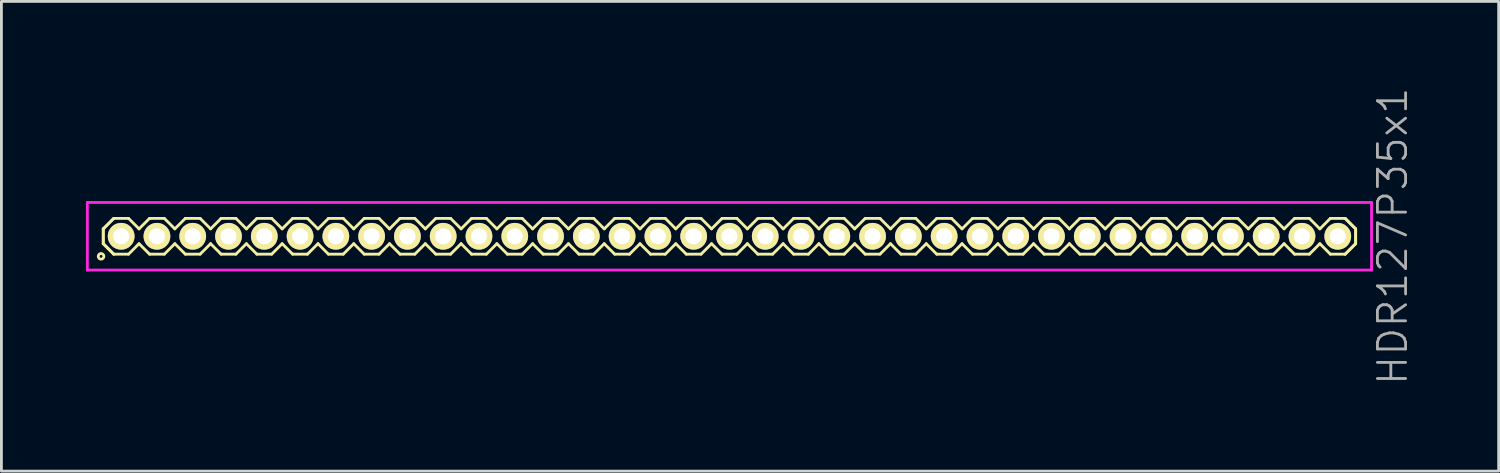
<source format=kicad_pcb>
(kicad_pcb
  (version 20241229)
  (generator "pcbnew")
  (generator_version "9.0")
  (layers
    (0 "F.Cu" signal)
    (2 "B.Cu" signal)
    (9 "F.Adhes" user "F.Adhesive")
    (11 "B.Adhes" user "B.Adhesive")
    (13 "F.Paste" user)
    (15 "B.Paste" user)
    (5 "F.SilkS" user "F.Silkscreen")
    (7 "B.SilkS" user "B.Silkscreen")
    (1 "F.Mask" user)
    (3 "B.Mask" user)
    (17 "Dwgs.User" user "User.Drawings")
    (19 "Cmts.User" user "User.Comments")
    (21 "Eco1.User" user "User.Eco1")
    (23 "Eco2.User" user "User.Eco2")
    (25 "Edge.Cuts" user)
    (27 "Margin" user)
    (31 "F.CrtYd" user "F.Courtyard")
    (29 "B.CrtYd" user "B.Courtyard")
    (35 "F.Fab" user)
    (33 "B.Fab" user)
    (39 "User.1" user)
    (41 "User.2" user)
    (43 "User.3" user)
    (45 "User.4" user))
  (footprint "HDR127P35x1"
    (layer "F.Cu")
    (at 22.84 5.336)
    (property "Reference" "HDR127P35x1" (at 23.54 0 90) (layer "F.Fab") (effects (font (size 1 1) (thickness 0.1))))
    (attr through_hole)
    (fp_line (start -22.225 -0.263) (end -21.853 -0.635) (stroke (width 0.1) (type solid)) (layer "F.SilkS"))
    (fp_line (start -22.225 -0.263) (end -21.853 -0.635) (stroke (width 0.1) (type solid)) (layer "F.SilkS"))
    (fp_line (start -22.225 0.263) (end -22.225 -0.263) (stroke (width 0.1) (type solid)) (layer "F.SilkS"))
    (fp_line (start -22.225 0.263) (end -22.225 -0.263) (stroke (width 0.1) (type solid)) (layer "F.SilkS"))
    (fp_line (start -21.853 -0.635) (end -21.327 -0.635) (stroke (width 0.1) (type solid)) (layer "F.SilkS"))
    (fp_line (start -21.853 0.635) (end -22.225 0.263) (stroke (width 0.1) (type solid)) (layer "F.SilkS"))
    (fp_line (start -21.853 0.635) (end -22.225 0.263) (stroke (width 0.1) (type solid)) (layer "F.SilkS"))
    (fp_line (start -21.327 -0.635) (end -20.955 -0.263) (stroke (width 0.1) (type solid)) (layer "F.SilkS"))
    (fp_line (start -21.327 0.635) (end -21.853 0.635) (stroke (width 0.1) (type solid)) (layer "F.SilkS"))
    (fp_line (start -20.955 -0.263) (end -20.583 -0.635) (stroke (width 0.1) (type solid)) (layer "F.SilkS"))
    (fp_line (start -20.955 0.263) (end -21.327 0.635) (stroke (width 0.1) (type solid)) (layer "F.SilkS"))
    (fp_line (start -20.583 -0.635) (end -20.057 -0.635) (stroke (width 0.1) (type solid)) (layer "F.SilkS"))
    (fp_line (start -20.583 0.635) (end -20.955 0.263) (stroke (width 0.1) (type solid)) (layer "F.SilkS"))
    (fp_line (start -20.057 -0.635) (end -19.685 -0.263) (stroke (width 0.1) (type solid)) (layer "F.SilkS"))
    (fp_line (start -20.057 0.635) (end -20.583 0.635) (stroke (width 0.1) (type solid)) (layer "F.SilkS"))
    (fp_line (start -19.685 -0.263) (end -19.313 -0.635) (stroke (width 0.1) (type solid)) (layer "F.SilkS"))
    (fp_line (start -19.685 0.263) (end -20.057 0.635) (stroke (width 0.1) (type solid)) (layer "F.SilkS"))
    (fp_line (start -19.313 -0.635) (end -18.787 -0.635) (stroke (width 0.1) (type solid)) (layer "F.SilkS"))
    (fp_line (start -19.313 0.635) (end -19.685 0.263) (stroke (width 0.1) (type solid)) (layer "F.SilkS"))
    (fp_line (start -18.787 -0.635) (end -18.415 -0.263) (stroke (width 0.1) (type solid)) (layer "F.SilkS"))
    (fp_line (start -18.787 0.635) (end -19.313 0.635) (stroke (width 0.1) (type solid)) (layer "F.SilkS"))
    (fp_line (start -18.415 -0.263) (end -18.043 -0.635) (stroke (width 0.1) (type solid)) (layer "F.SilkS"))
    (fp_line (start -18.415 0.263) (end -18.787 0.635) (stroke (width 0.1) (type solid)) (layer "F.SilkS"))
    (fp_line (start -18.043 -0.635) (end -17.517 -0.635) (stroke (width 0.1) (type solid)) (layer "F.SilkS"))
    (fp_line (start -18.043 0.635) (end -18.415 0.263) (stroke (width 0.1) (type solid)) (layer "F.SilkS"))
    (fp_line (start -17.517 -0.635) (end -17.145 -0.263) (stroke (width 0.1) (type solid)) (layer "F.SilkS"))
    (fp_line (start -17.517 0.635) (end -18.043 0.635) (stroke (width 0.1) (type solid)) (layer "F.SilkS"))
    (fp_line (start -17.145 -0.263) (end -16.773 -0.635) (stroke (width 0.1) (type solid)) (layer "F.SilkS"))
    (fp_line (start -17.145 0.263) (end -17.517 0.635) (stroke (width 0.1) (type solid)) (layer "F.SilkS"))
    (fp_line (start -16.773 -0.635) (end -16.247 -0.635) (stroke (width 0.1) (type solid)) (layer "F.SilkS"))
    (fp_line (start -16.773 0.635) (end -17.145 0.263) (stroke (width 0.1) (type solid)) (layer "F.SilkS"))
    (fp_line (start -16.247 -0.635) (end -15.875 -0.263) (stroke (width 0.1) (type solid)) (layer "F.SilkS"))
    (fp_line (start -16.247 0.635) (end -16.773 0.635) (stroke (width 0.1) (type solid)) (layer "F.SilkS"))
    (fp_line (start -15.875 -0.263) (end -15.503 -0.635) (stroke (width 0.1) (type solid)) (layer "F.SilkS"))
    (fp_line (start -15.875 0.263) (end -16.247 0.635) (stroke (width 0.1) (type solid)) (layer "F.SilkS"))
    (fp_line (start -15.503 -0.635) (end -14.977 -0.635) (stroke (width 0.1) (type solid)) (layer "F.SilkS"))
    (fp_line (start -15.503 0.635) (end -15.875 0.263) (stroke (width 0.1) (type solid)) (layer "F.SilkS"))
    (fp_line (start -14.977 -0.635) (end -14.605 -0.263) (stroke (width 0.1) (type solid)) (layer "F.SilkS"))
    (fp_line (start -14.977 0.635) (end -15.503 0.635) (stroke (width 0.1) (type solid)) (layer "F.SilkS"))
    (fp_line (start -14.605 -0.263) (end -14.233 -0.635) (stroke (width 0.1) (type solid)) (layer "F.SilkS"))
    (fp_line (start -14.605 0.263) (end -14.977 0.635) (stroke (width 0.1) (type solid)) (layer "F.SilkS"))
    (fp_line (start -14.233 -0.635) (end -13.707 -0.635) (stroke (width 0.1) (type solid)) (layer "F.SilkS"))
    (fp_line (start -14.233 0.635) (end -14.605 0.263) (stroke (width 0.1) (type solid)) (layer "F.SilkS"))
    (fp_line (start -13.707 -0.635) (end -13.335 -0.263) (stroke (width 0.1) (type solid)) (layer "F.SilkS"))
    (fp_line (start -13.707 0.635) (end -14.233 0.635) (stroke (width 0.1) (type solid)) (layer "F.SilkS"))
    (fp_line (start -13.335 -0.263) (end -12.963 -0.635) (stroke (width 0.1) (type solid)) (layer "F.SilkS"))
    (fp_line (start -13.335 0.263) (end -13.707 0.635) (stroke (width 0.1) (type solid)) (layer "F.SilkS"))
    (fp_line (start -12.963 -0.635) (end -12.437 -0.635) (stroke (width 0.1) (type solid)) (layer "F.SilkS"))
    (fp_line (start -12.963 0.635) (end -13.335 0.263) (stroke (width 0.1) (type solid)) (layer "F.SilkS"))
    (fp_line (start -12.437 -0.635) (end -12.065 -0.263) (stroke (width 0.1) (type solid)) (layer "F.SilkS"))
    (fp_line (start -12.437 0.635) (end -12.963 0.635) (stroke (width 0.1) (type solid)) (layer "F.SilkS"))
    (fp_line (start -12.065 -0.263) (end -11.693 -0.635) (stroke (width 0.1) (type solid)) (layer "F.SilkS"))
    (fp_line (start -12.065 0.263) (end -12.437 0.635) (stroke (width 0.1) (type solid)) (layer "F.SilkS"))
    (fp_line (start -11.693 -0.635) (end -11.167 -0.635) (stroke (width 0.1) (type solid)) (layer "F.SilkS"))
    (fp_line (start -11.693 0.635) (end -12.065 0.263) (stroke (width 0.1) (type solid)) (layer "F.SilkS"))
    (fp_line (start -11.167 -0.635) (end -10.795 -0.263) (stroke (width 0.1) (type solid)) (layer "F.SilkS"))
    (fp_line (start -11.167 0.635) (end -11.693 0.635) (stroke (width 0.1) (type solid)) (layer "F.SilkS"))
    (fp_line (start -10.795 -0.263) (end -10.423 -0.635) (stroke (width 0.1) (type solid)) (layer "F.SilkS"))
    (fp_line (start -10.795 0.263) (end -11.167 0.635) (stroke (width 0.1) (type solid)) (layer "F.SilkS"))
    (fp_line (start -10.423 -0.635) (end -9.897 -0.635) (stroke (width 0.1) (type solid)) (layer "F.SilkS"))
    (fp_line (start -10.423 0.635) (end -10.795 0.263) (stroke (width 0.1) (type solid)) (layer "F.SilkS"))
    (fp_line (start -9.897 -0.635) (end -9.525 -0.263) (stroke (width 0.1) (type solid)) (layer "F.SilkS"))
    (fp_line (start -9.897 0.635) (end -10.423 0.635) (stroke (width 0.1) (type solid)) (layer "F.SilkS"))
    (fp_line (start -9.525 -0.263) (end -9.153 -0.635) (stroke (width 0.1) (type solid)) (layer "F.SilkS"))
    (fp_line (start -9.525 0.263) (end -9.897 0.635) (stroke (width 0.1) (type solid)) (layer "F.SilkS"))
    (fp_line (start -9.153 -0.635) (end -8.627 -0.635) (stroke (width 0.1) (type solid)) (layer "F.SilkS"))
    (fp_line (start -9.153 0.635) (end -9.525 0.263) (stroke (width 0.1) (type solid)) (layer "F.SilkS"))
    (fp_line (start -8.627 -0.635) (end -8.255 -0.263) (stroke (width 0.1) (type solid)) (layer "F.SilkS"))
    (fp_line (start -8.627 0.635) (end -9.153 0.635) (stroke (width 0.1) (type solid)) (layer "F.SilkS"))
    (fp_line (start -8.255 -0.263) (end -7.883 -0.635) (stroke (width 0.1) (type solid)) (layer "F.SilkS"))
    (fp_line (start -8.255 0.263) (end -8.627 0.635) (stroke (width 0.1) (type solid)) (layer "F.SilkS"))
    (fp_line (start -7.883 -0.635) (end -7.357 -0.635) (stroke (width 0.1) (type solid)) (layer "F.SilkS"))
    (fp_line (start -7.883 0.635) (end -8.255 0.263) (stroke (width 0.1) (type solid)) (layer "F.SilkS"))
    (fp_line (start -7.357 -0.635) (end -6.985 -0.263) (stroke (width 0.1) (type solid)) (layer "F.SilkS"))
    (fp_line (start -7.357 0.635) (end -7.883 0.635) (stroke (width 0.1) (type solid)) (layer "F.SilkS"))
    (fp_line (start -6.985 -0.263) (end -6.613 -0.635) (stroke (width 0.1) (type solid)) (layer "F.SilkS"))
    (fp_line (start -6.985 0.263) (end -7.357 0.635) (stroke (width 0.1) (type solid)) (layer "F.SilkS"))
    (fp_line (start -6.613 -0.635) (end -6.087 -0.635) (stroke (width 0.1) (type solid)) (layer "F.SilkS"))
    (fp_line (start -6.613 0.635) (end -6.985 0.263) (stroke (width 0.1) (type solid)) (layer "F.SilkS"))
    (fp_line (start -6.087 -0.635) (end -5.715 -0.263) (stroke (width 0.1) (type solid)) (layer "F.SilkS"))
    (fp_line (start -6.087 0.635) (end -6.613 0.635) (stroke (width 0.1) (type solid)) (layer "F.SilkS"))
    (fp_line (start -5.715 -0.263) (end -5.343 -0.635) (stroke (width 0.1) (type solid)) (layer "F.SilkS"))
    (fp_line (start -5.715 0.263) (end -6.087 0.635) (stroke (width 0.1) (type solid)) (layer "F.SilkS"))
    (fp_line (start -5.343 -0.635) (end -4.817 -0.635) (stroke (width 0.1) (type solid)) (layer "F.SilkS"))
    (fp_line (start -5.343 0.635) (end -5.715 0.263) (stroke (width 0.1) (type solid)) (layer "F.SilkS"))
    (fp_line (start -4.817 -0.635) (end -4.445 -0.263) (stroke (width 0.1) (type solid)) (layer "F.SilkS"))
    (fp_line (start -4.817 0.635) (end -5.343 0.635) (stroke (width 0.1) (type solid)) (layer "F.SilkS"))
    (fp_line (start -4.445 -0.263) (end -4.073 -0.635) (stroke (width 0.1) (type solid)) (layer "F.SilkS"))
    (fp_line (start -4.445 0.263) (end -4.817 0.635) (stroke (width 0.1) (type solid)) (layer "F.SilkS"))
    (fp_line (start -4.073 -0.635) (end -3.547 -0.635) (stroke (width 0.1) (type solid)) (layer "F.SilkS"))
    (fp_line (start -4.073 0.635) (end -4.445 0.263) (stroke (width 0.1) (type solid)) (layer "F.SilkS"))
    (fp_line (start -3.547 -0.635) (end -3.175 -0.263) (stroke (width 0.1) (type solid)) (layer "F.SilkS"))
    (fp_line (start -3.547 0.635) (end -4.073 0.635) (stroke (width 0.1) (type solid)) (layer "F.SilkS"))
    (fp_line (start -3.175 -0.263) (end -2.803 -0.635) (stroke (width 0.1) (type solid)) (layer "F.SilkS"))
    (fp_line (start -3.175 0.263) (end -3.547 0.635) (stroke (width 0.1) (type solid)) (layer "F.SilkS"))
    (fp_line (start -2.803 -0.635) (end -2.277 -0.635) (stroke (width 0.1) (type solid)) (layer "F.SilkS"))
    (fp_line (start -2.803 0.635) (end -3.175 0.263) (stroke (width 0.1) (type solid)) (layer "F.SilkS"))
    (fp_line (start -2.277 -0.635) (end -1.905 -0.263) (stroke (width 0.1) (type solid)) (layer "F.SilkS"))
    (fp_line (start -2.277 0.635) (end -2.803 0.635) (stroke (width 0.1) (type solid)) (layer "F.SilkS"))
    (fp_line (start -1.905 -0.263) (end -1.533 -0.635) (stroke (width 0.1) (type solid)) (layer "F.SilkS"))
    (fp_line (start -1.905 0.263) (end -2.277 0.635) (stroke (width 0.1) (type solid)) (layer "F.SilkS"))
    (fp_line (start -1.533 -0.635) (end -1.007 -0.635) (stroke (width 0.1) (type solid)) (layer "F.SilkS"))
    (fp_line (start -1.533 0.635) (end -1.905 0.263) (stroke (width 0.1) (type solid)) (layer "F.SilkS"))
    (fp_line (start -1.007 -0.635) (end -0.635 -0.263) (stroke (width 0.1) (type solid)) (layer "F.SilkS"))
    (fp_line (start -1.007 0.635) (end -1.533 0.635) (stroke (width 0.1) (type solid)) (layer "F.SilkS"))
    (fp_line (start -0.635 -0.263) (end -0.263 -0.635) (stroke (width 0.1) (type solid)) (layer "F.SilkS"))
    (fp_line (start -0.635 0.263) (end -1.007 0.635) (stroke (width 0.1) (type solid)) (layer "F.SilkS"))
    (fp_line (start -0.263 -0.635) (end 0.263 -0.635) (stroke (width 0.1) (type solid)) (layer "F.SilkS"))
    (fp_line (start -0.263 0.635) (end -0.635 0.263) (stroke (width 0.1) (type solid)) (layer "F.SilkS"))
    (fp_line (start 0.263 -0.635) (end 0.635 -0.263) (stroke (width 0.1) (type solid)) (layer "F.SilkS"))
    (fp_line (start 0.263 0.635) (end -0.263 0.635) (stroke (width 0.1) (type solid)) (layer "F.SilkS"))
    (fp_line (start 0.635 -0.263) (end 1.007 -0.635) (stroke (width 0.1) (type solid)) (layer "F.SilkS"))
    (fp_line (start 0.635 0.263) (end 0.263 0.635) (stroke (width 0.1) (type solid)) (layer "F.SilkS"))
    (fp_line (start 1.007 -0.635) (end 1.533 -0.635) (stroke (width 0.1) (type solid)) (layer "F.SilkS"))
    (fp_line (start 1.007 0.635) (end 0.635 0.263) (stroke (width 0.1) (type solid)) (layer "F.SilkS"))
    (fp_line (start 1.533 -0.635) (end 1.905 -0.263) (stroke (width 0.1) (type solid)) (layer "F.SilkS"))
    (fp_line (start 1.533 0.635) (end 1.007 0.635) (stroke (width 0.1) (type solid)) (layer "F.SilkS"))
    (fp_line (start 1.905 -0.263) (end 2.277 -0.635) (stroke (width 0.1) (type solid)) (layer "F.SilkS"))
    (fp_line (start 1.905 0.263) (end 1.533 0.635) (stroke (width 0.1) (type solid)) (layer "F.SilkS"))
    (fp_line (start 2.277 -0.635) (end 2.803 -0.635) (stroke (width 0.1) (type solid)) (layer "F.SilkS"))
    (fp_line (start 2.277 0.635) (end 1.905 0.263) (stroke (width 0.1) (type solid)) (layer "F.SilkS"))
    (fp_line (start 2.803 -0.635) (end 3.175 -0.263) (stroke (width 0.1) (type solid)) (layer "F.SilkS"))
    (fp_line (start 2.803 0.635) (end 2.277 0.635) (stroke (width 0.1) (type solid)) (layer "F.SilkS"))
    (fp_line (start 3.175 -0.263) (end 3.547 -0.635) (stroke (width 0.1) (type solid)) (layer "F.SilkS"))
    (fp_line (start 3.175 0.263) (end 2.803 0.635) (stroke (width 0.1) (type solid)) (layer "F.SilkS"))
    (fp_line (start 3.547 -0.635) (end 4.073 -0.635) (stroke (width 0.1) (type solid)) (layer "F.SilkS"))
    (fp_line (start 3.547 0.635) (end 3.175 0.263) (stroke (width 0.1) (type solid)) (layer "F.SilkS"))
    (fp_line (start 4.073 -0.635) (end 4.445 -0.263) (stroke (width 0.1) (type solid)) (layer "F.SilkS"))
    (fp_line (start 4.073 0.635) (end 3.547 0.635) (stroke (width 0.1) (type solid)) (layer "F.SilkS"))
    (fp_line (start 4.445 -0.263) (end 4.817 -0.635) (stroke (width 0.1) (type solid)) (layer "F.SilkS"))
    (fp_line (start 4.445 0.263) (end 4.073 0.635) (stroke (width 0.1) (type solid)) (layer "F.SilkS"))
    (fp_line (start 4.817 -0.635) (end 5.343 -0.635) (stroke (width 0.1) (type solid)) (layer "F.SilkS"))
    (fp_line (start 4.817 0.635) (end 4.445 0.263) (stroke (width 0.1) (type solid)) (layer "F.SilkS"))
    (fp_line (start 5.343 -0.635) (end 5.715 -0.263) (stroke (width 0.1) (type solid)) (layer "F.SilkS"))
    (fp_line (start 5.343 0.635) (end 4.817 0.635) (stroke (width 0.1) (type solid)) (layer "F.SilkS"))
    (fp_line (start 5.715 -0.263) (end 6.087 -0.635) (stroke (width 0.1) (type solid)) (layer "F.SilkS"))
    (fp_line (start 5.715 0.263) (end 5.343 0.635) (stroke (width 0.1) (type solid)) (layer "F.SilkS"))
    (fp_line (start 6.087 -0.635) (end 6.613 -0.635) (stroke (width 0.1) (type solid)) (layer "F.SilkS"))
    (fp_line (start 6.087 0.635) (end 5.715 0.263) (stroke (width 0.1) (type solid)) (layer "F.SilkS"))
    (fp_line (start 6.613 -0.635) (end 6.985 -0.263) (stroke (width 0.1) (type solid)) (layer "F.SilkS"))
    (fp_line (start 6.613 0.635) (end 6.087 0.635) (stroke (width 0.1) (type solid)) (layer "F.SilkS"))
    (fp_line (start 6.985 -0.263) (end 7.357 -0.635) (stroke (width 0.1) (type solid)) (layer "F.SilkS"))
    (fp_line (start 6.985 0.263) (end 6.613 0.635) (stroke (width 0.1) (type solid)) (layer "F.SilkS"))
    (fp_line (start 7.357 -0.635) (end 7.883 -0.635) (stroke (width 0.1) (type solid)) (layer "F.SilkS"))
    (fp_line (start 7.357 0.635) (end 6.985 0.263) (stroke (width 0.1) (type solid)) (layer "F.SilkS"))
    (fp_line (start 7.883 -0.635) (end 8.255 -0.263) (stroke (width 0.1) (type solid)) (layer "F.SilkS"))
    (fp_line (start 7.883 0.635) (end 7.357 0.635) (stroke (width 0.1) (type solid)) (layer "F.SilkS"))
    (fp_line (start 8.255 -0.263) (end 8.627 -0.635) (stroke (width 0.1) (type solid)) (layer "F.SilkS"))
    (fp_line (start 8.255 0.263) (end 7.883 0.635) (stroke (width 0.1) (type solid)) (layer "F.SilkS"))
    (fp_line (start 8.627 -0.635) (end 9.153 -0.635) (stroke (width 0.1) (type solid)) (layer "F.SilkS"))
    (fp_line (start 8.627 0.635) (end 8.255 0.263) (stroke (width 0.1) (type solid)) (layer "F.SilkS"))
    (fp_line (start 9.153 -0.635) (end 9.525 -0.263) (stroke (width 0.1) (type solid)) (layer "F.SilkS"))
    (fp_line (start 9.153 0.635) (end 8.627 0.635) (stroke (width 0.1) (type solid)) (layer "F.SilkS"))
    (fp_line (start 9.525 -0.263) (end 9.897 -0.635) (stroke (width 0.1) (type solid)) (layer "F.SilkS"))
    (fp_line (start 9.525 0.263) (end 9.153 0.635) (stroke (width 0.1) (type solid)) (layer "F.SilkS"))
    (fp_line (start 9.897 -0.635) (end 10.423 -0.635) (stroke (width 0.1) (type solid)) (layer "F.SilkS"))
    (fp_line (start 9.897 0.635) (end 9.525 0.263) (stroke (width 0.1) (type solid)) (layer "F.SilkS"))
    (fp_line (start 10.423 -0.635) (end 10.795 -0.263) (stroke (width 0.1) (type solid)) (layer "F.SilkS"))
    (fp_line (start 10.423 0.635) (end 9.897 0.635) (stroke (width 0.1) (type solid)) (layer "F.SilkS"))
    (fp_line (start 10.795 -0.263) (end 11.167 -0.635) (stroke (width 0.1) (type solid)) (layer "F.SilkS"))
    (fp_line (start 10.795 0.263) (end 10.423 0.635) (stroke (width 0.1) (type solid)) (layer "F.SilkS"))
    (fp_line (start 11.167 -0.635) (end 11.693 -0.635) (stroke (width 0.1) (type solid)) (layer "F.SilkS"))
    (fp_line (start 11.167 0.635) (end 10.795 0.263) (stroke (width 0.1) (type solid)) (layer "F.SilkS"))
    (fp_line (start 11.693 -0.635) (end 12.065 -0.263) (stroke (width 0.1) (type solid)) (layer "F.SilkS"))
    (fp_line (start 11.693 0.635) (end 11.167 0.635) (stroke (width 0.1) (type solid)) (layer "F.SilkS"))
    (fp_line (start 12.065 -0.263) (end 12.437 -0.635) (stroke (width 0.1) (type solid)) (layer "F.SilkS"))
    (fp_line (start 12.065 0.263) (end 11.693 0.635) (stroke (width 0.1) (type solid)) (layer "F.SilkS"))
    (fp_line (start 12.437 -0.635) (end 12.963 -0.635) (stroke (width 0.1) (type solid)) (layer "F.SilkS"))
    (fp_line (start 12.437 0.635) (end 12.065 0.263) (stroke (width 0.1) (type solid)) (layer "F.SilkS"))
    (fp_line (start 12.963 -0.635) (end 13.335 -0.263) (stroke (width 0.1) (type solid)) (layer "F.SilkS"))
    (fp_line (start 12.963 0.635) (end 12.437 0.635) (stroke (width 0.1) (type solid)) (layer "F.SilkS"))
    (fp_line (start 13.335 -0.263) (end 13.707 -0.635) (stroke (width 0.1) (type solid)) (layer "F.SilkS"))
    (fp_line (start 13.335 0.263) (end 12.963 0.635) (stroke (width 0.1) (type solid)) (layer "F.SilkS"))
    (fp_line (start 13.707 -0.635) (end 14.233 -0.635) (stroke (width 0.1) (type solid)) (layer "F.SilkS"))
    (fp_line (start 13.707 0.635) (end 13.335 0.263) (stroke (width 0.1) (type solid)) (layer "F.SilkS"))
    (fp_line (start 14.233 -0.635) (end 14.605 -0.263) (stroke (width 0.1) (type solid)) (layer "F.SilkS"))
    (fp_line (start 14.233 0.635) (end 13.707 0.635) (stroke (width 0.1) (type solid)) (layer "F.SilkS"))
    (fp_line (start 14.605 -0.263) (end 14.977 -0.635) (stroke (width 0.1) (type solid)) (layer "F.SilkS"))
    (fp_line (start 14.605 0.263) (end 14.233 0.635) (stroke (width 0.1) (type solid)) (layer "F.SilkS"))
    (fp_line (start 14.977 -0.635) (end 15.503 -0.635) (stroke (width 0.1) (type solid)) (layer "F.SilkS"))
    (fp_line (start 14.977 0.635) (end 14.605 0.263) (stroke (width 0.1) (type solid)) (layer "F.SilkS"))
    (fp_line (start 15.503 -0.635) (end 15.875 -0.263) (stroke (width 0.1) (type solid)) (layer "F.SilkS"))
    (fp_line (start 15.503 0.635) (end 14.977 0.635) (stroke (width 0.1) (type solid)) (layer "F.SilkS"))
    (fp_line (start 15.875 -0.263) (end 16.247 -0.635) (stroke (width 0.1) (type solid)) (layer "F.SilkS"))
    (fp_line (start 15.875 0.263) (end 15.503 0.635) (stroke (width 0.1) (type solid)) (layer "F.SilkS"))
    (fp_line (start 16.247 -0.635) (end 16.773 -0.635) (stroke (width 0.1) (type solid)) (layer "F.SilkS"))
    (fp_line (start 16.247 0.635) (end 15.875 0.263) (stroke (width 0.1) (type solid)) (layer "F.SilkS"))
    (fp_line (start 16.773 -0.635) (end 17.145 -0.263) (stroke (width 0.1) (type solid)) (layer "F.SilkS"))
    (fp_line (start 16.773 0.635) (end 16.247 0.635) (stroke (width 0.1) (type solid)) (layer "F.SilkS"))
    (fp_line (start 17.145 -0.263) (end 17.517 -0.635) (stroke (width 0.1) (type solid)) (layer "F.SilkS"))
    (fp_line (start 17.145 0.263) (end 16.773 0.635) (stroke (width 0.1) (type solid)) (layer "F.SilkS"))
    (fp_line (start 17.517 -0.635) (end 18.043 -0.635) (stroke (width 0.1) (type solid)) (layer "F.SilkS"))
    (fp_line (start 17.517 0.635) (end 17.145 0.263) (stroke (width 0.1) (type solid)) (layer "F.SilkS"))
    (fp_line (start 18.043 -0.635) (end 18.415 -0.263) (stroke (width 0.1) (type solid)) (layer "F.SilkS"))
    (fp_line (start 18.043 0.635) (end 17.517 0.635) (stroke (width 0.1) (type solid)) (layer "F.SilkS"))
    (fp_line (start 18.415 -0.263) (end 18.787 -0.635) (stroke (width 0.1) (type solid)) (layer "F.SilkS"))
    (fp_line (start 18.415 0.263) (end 18.043 0.635) (stroke (width 0.1) (type solid)) (layer "F.SilkS"))
    (fp_line (start 18.787 -0.635) (end 19.313 -0.635) (stroke (width 0.1) (type solid)) (layer "F.SilkS"))
    (fp_line (start 18.787 0.635) (end 18.415 0.263) (stroke (width 0.1) (type solid)) (layer "F.SilkS"))
    (fp_line (start 19.313 -0.635) (end 19.685 -0.263) (stroke (width 0.1) (type solid)) (layer "F.SilkS"))
    (fp_line (start 19.313 0.635) (end 18.787 0.635) (stroke (width 0.1) (type solid)) (layer "F.SilkS"))
    (fp_line (start 19.685 -0.263) (end 20.057 -0.635) (stroke (width 0.1) (type solid)) (layer "F.SilkS"))
    (fp_line (start 19.685 0.263) (end 19.313 0.635) (stroke (width 0.1) (type solid)) (layer "F.SilkS"))
    (fp_line (start 20.057 -0.635) (end 20.583 -0.635) (stroke (width 0.1) (type solid)) (layer "F.SilkS"))
    (fp_line (start 20.057 0.635) (end 19.685 0.263) (stroke (width 0.1) (type solid)) (layer "F.SilkS"))
    (fp_line (start 20.583 -0.635) (end 20.955 -0.263) (stroke (width 0.1) (type solid)) (layer "F.SilkS"))
    (fp_line (start 20.583 0.635) (end 20.057 0.635) (stroke (width 0.1) (type solid)) (layer "F.SilkS"))
    (fp_line (start 20.955 -0.263) (end 21.327 -0.635) (stroke (width 0.1) (type solid)) (layer "F.SilkS"))
    (fp_line (start 20.955 0.263) (end 20.583 0.635) (stroke (width 0.1) (type solid)) (layer "F.SilkS"))
    (fp_line (start 21.327 -0.635) (end 21.853 -0.635) (stroke (width 0.1) (type solid)) (layer "F.SilkS"))
    (fp_line (start 21.327 0.635) (end 20.955 0.263) (stroke (width 0.1) (type solid)) (layer "F.SilkS"))
    (fp_line (start 21.853 -0.635) (end 22.225 -0.263) (stroke (width 0.1) (type solid)) (layer "F.SilkS"))
    (fp_line (start 21.853 -0.635) (end 22.225 -0.263) (stroke (width 0.1) (type solid)) (layer "F.SilkS"))
    (fp_line (start 21.853 0.635) (end 21.327 0.635) (stroke (width 0.1) (type solid)) (layer "F.SilkS"))
    (fp_line (start 22.225 -0.263) (end 22.225 0.263) (stroke (width 0.1) (type solid)) (layer "F.SilkS"))
    (fp_line (start 22.225 -0.263) (end 22.225 0.263) (stroke (width 0.1) (type solid)) (layer "F.SilkS"))
    (fp_line (start 22.225 0.263) (end 21.853 0.635) (stroke (width 0.1) (type solid)) (layer "F.SilkS"))
    (fp_line (start 22.225 0.263) (end 21.853 0.635) (stroke (width 0.1) (type solid)) (layer "F.SilkS"))
    (fp_circle (center -22.303 0.712) (end -22.203 0.712) (stroke (width 0.1) (type solid)) (fill no) (layer "F.SilkS"))
    (fp_line (start -22.79 -1.2) (end -22.79 1.2) (stroke (width 0.1) (type solid)) (layer "F.CrtYd"))
    (fp_line (start -22.79 1.2) (end 22.79 1.2) (stroke (width 0.1) (type solid)) (layer "F.CrtYd"))
    (fp_line (start 22.79 -1.2) (end -22.79 -1.2) (stroke (width 0.1) (type solid)) (layer "F.CrtYd"))
    (fp_line (start 22.79 1.2) (end 22.79 -1.2) (stroke (width 0.1) (type solid)) (layer "F.CrtYd"))
    (pad "1" thru_hole oval (at -21.59 0) (size 0.95 0.95) (drill 0.57) (layers "*.Cu" "*.Mask" "F.SilkS"))
    (pad "2" thru_hole oval (at -20.32 0) (size 0.95 0.95) (drill 0.57) (layers "*.Cu" "*.Mask" "F.SilkS"))
    (pad "3" thru_hole oval (at -19.05 0) (size 0.95 0.95) (drill 0.57) (layers "*.Cu" "*.Mask" "F.SilkS"))
    (pad "4" thru_hole oval (at -17.78 0) (size 0.95 0.95) (drill 0.57) (layers "*.Cu" "*.Mask" "F.SilkS"))
    (pad "5" thru_hole oval (at -16.51 0) (size 0.95 0.95) (drill 0.57) (layers "*.Cu" "*.Mask" "F.SilkS"))
    (pad "6" thru_hole oval (at -15.24 0) (size 0.95 0.95) (drill 0.57) (layers "*.Cu" "*.Mask" "F.SilkS"))
    (pad "7" thru_hole oval (at -13.97 0) (size 0.95 0.95) (drill 0.57) (layers "*.Cu" "*.Mask" "F.SilkS"))
    (pad "8" thru_hole oval (at -12.7 0) (size 0.95 0.95) (drill 0.57) (layers "*.Cu" "*.Mask" "F.SilkS"))
    (pad "9" thru_hole oval (at -11.43 0) (size 0.95 0.95) (drill 0.57) (layers "*.Cu" "*.Mask" "F.SilkS"))
    (pad "10" thru_hole oval (at -10.16 0) (size 0.95 0.95) (drill 0.57) (layers "*.Cu" "*.Mask" "F.SilkS"))
    (pad "11" thru_hole oval (at -8.89 0) (size 0.95 0.95) (drill 0.57) (layers "*.Cu" "*.Mask" "F.SilkS"))
    (pad "12" thru_hole oval (at -7.62 0) (size 0.95 0.95) (drill 0.57) (layers "*.Cu" "*.Mask" "F.SilkS"))
    (pad "13" thru_hole oval (at -6.35 0) (size 0.95 0.95) (drill 0.57) (layers "*.Cu" "*.Mask" "F.SilkS"))
    (pad "14" thru_hole oval (at -5.08 0) (size 0.95 0.95) (drill 0.57) (layers "*.Cu" "*.Mask" "F.SilkS"))
    (pad "15" thru_hole oval (at -3.81 0) (size 0.95 0.95) (drill 0.57) (layers "*.Cu" "*.Mask" "F.SilkS"))
    (pad "16" thru_hole oval (at -2.54 0) (size 0.95 0.95) (drill 0.57) (layers "*.Cu" "*.Mask" "F.SilkS"))
    (pad "17" thru_hole oval (at -1.27 0) (size 0.95 0.95) (drill 0.57) (layers "*.Cu" "*.Mask" "F.SilkS"))
    (pad "18" thru_hole oval (at 0 0) (size 0.95 0.95) (drill 0.57) (layers "*.Cu" "*.Mask" "F.SilkS"))
    (pad "19" thru_hole oval (at 1.27 0) (size 0.95 0.95) (drill 0.57) (layers "*.Cu" "*.Mask" "F.SilkS"))
    (pad "20" thru_hole oval (at 2.54 0) (size 0.95 0.95) (drill 0.57) (layers "*.Cu" "*.Mask" "F.SilkS"))
    (pad "21" thru_hole oval (at 3.81 0) (size 0.95 0.95) (drill 0.57) (layers "*.Cu" "*.Mask" "F.SilkS"))
    (pad "22" thru_hole oval (at 5.08 0) (size 0.95 0.95) (drill 0.57) (layers "*.Cu" "*.Mask" "F.SilkS"))
    (pad "23" thru_hole oval (at 6.35 0) (size 0.95 0.95) (drill 0.57) (layers "*.Cu" "*.Mask" "F.SilkS"))
    (pad "24" thru_hole oval (at 7.62 0) (size 0.95 0.95) (drill 0.57) (layers "*.Cu" "*.Mask" "F.SilkS"))
    (pad "25" thru_hole oval (at 8.89 0) (size 0.95 0.95) (drill 0.57) (layers "*.Cu" "*.Mask" "F.SilkS"))
    (pad "26" thru_hole oval (at 10.16 0) (size 0.95 0.95) (drill 0.57) (layers "*.Cu" "*.Mask" "F.SilkS"))
    (pad "27" thru_hole oval (at 11.43 0) (size 0.95 0.95) (drill 0.57) (layers "*.Cu" "*.Mask" "F.SilkS"))
    (pad "28" thru_hole oval (at 12.7 0) (size 0.95 0.95) (drill 0.57) (layers "*.Cu" "*.Mask" "F.SilkS"))
    (pad "29" thru_hole oval (at 13.97 0) (size 0.95 0.95) (drill 0.57) (layers "*.Cu" "*.Mask" "F.SilkS"))
    (pad "30" thru_hole oval (at 15.24 0) (size 0.95 0.95) (drill 0.57) (layers "*.Cu" "*.Mask" "F.SilkS"))
    (pad "31" thru_hole oval (at 16.51 0) (size 0.95 0.95) (drill 0.57) (layers "*.Cu" "*.Mask" "F.SilkS"))
    (pad "32" thru_hole oval (at 17.78 0) (size 0.95 0.95) (drill 0.57) (layers "*.Cu" "*.Mask" "F.SilkS"))
    (pad "33" thru_hole oval (at 19.05 0) (size 0.95 0.95) (drill 0.57) (layers "*.Cu" "*.Mask" "F.SilkS"))
    (pad "34" thru_hole oval (at 20.32 0) (size 0.95 0.95) (drill 0.57) (layers "*.Cu" "*.Mask" "F.SilkS"))
    (pad "35" thru_hole oval (at 21.59 0) (size 0.95 0.95) (drill 0.57) (layers "*.Cu" "*.Mask" "F.SilkS")))
  (gr_rect
    (start -3 -3)
    (end 50.141 13.671)
    (stroke (width 0.1) (type default))
    (fill no)
    (layer "Edge.Cuts")))
</source>
